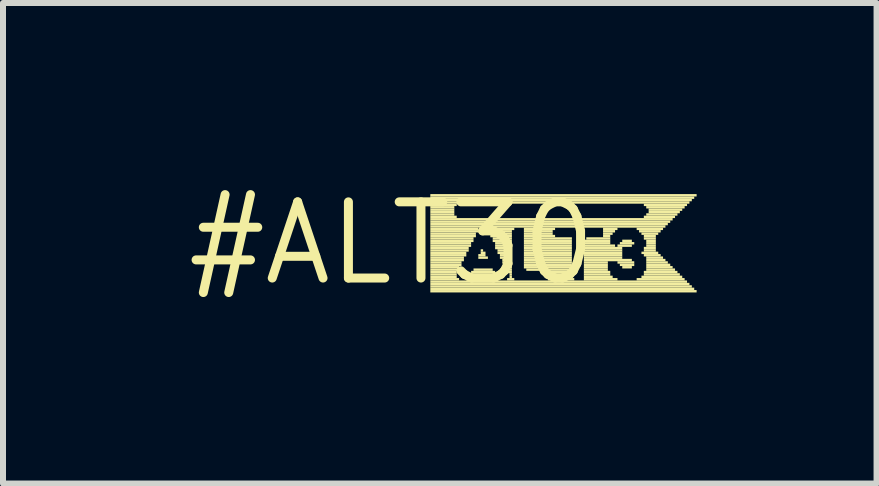
<source format=kicad_pcb>
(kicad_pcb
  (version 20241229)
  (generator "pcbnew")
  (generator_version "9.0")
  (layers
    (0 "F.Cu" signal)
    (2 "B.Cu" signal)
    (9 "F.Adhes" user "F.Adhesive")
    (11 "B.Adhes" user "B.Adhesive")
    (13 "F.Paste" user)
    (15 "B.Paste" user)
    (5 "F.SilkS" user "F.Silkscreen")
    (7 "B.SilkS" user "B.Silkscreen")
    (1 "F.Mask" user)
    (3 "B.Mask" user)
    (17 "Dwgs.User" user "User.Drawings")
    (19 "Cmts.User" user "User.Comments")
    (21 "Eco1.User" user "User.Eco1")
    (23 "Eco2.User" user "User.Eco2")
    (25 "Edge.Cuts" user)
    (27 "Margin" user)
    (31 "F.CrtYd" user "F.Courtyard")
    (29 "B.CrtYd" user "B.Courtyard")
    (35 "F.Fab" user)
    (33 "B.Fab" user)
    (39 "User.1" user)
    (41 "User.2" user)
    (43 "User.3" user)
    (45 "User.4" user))
  (footprint "#ALT30"
    (layer "F.Cu")
    (at 3.485 1.006)
    (property "Reference" "#ALT30" (at 0 0 0) (layer "F.SilkS") (effects (font (size 1.27 1.27) (thickness 0.15))))
    (fp_poly (pts (xy 0.64 -0.78) (xy 5.08 -0.78) (xy 5.08 -0.82) (xy 0.64 -0.82)) (stroke (width 0) (type default)) (fill yes) (layer "F.SilkS"))
    (fp_poly (pts (xy 0.64 -0.74) (xy 5.04 -0.74) (xy 5.04 -0.78) (xy 0.64 -0.78)) (stroke (width 0) (type default)) (fill yes) (layer "F.SilkS"))
    (fp_poly (pts (xy 0.64 -0.7) (xy 5 -0.7) (xy 5 -0.74) (xy 0.64 -0.74)) (stroke (width 0) (type default)) (fill yes) (layer "F.SilkS"))
    (fp_poly (pts (xy 0.64 -0.66) (xy 4.96 -0.66) (xy 4.96 -0.7) (xy 0.64 -0.7)) (stroke (width 0) (type default)) (fill yes) (layer "F.SilkS"))
    (fp_poly (pts (xy 0.64 -0.62) (xy 1.08 -0.62) (xy 1.08 -0.66) (xy 0.64 -0.66)) (stroke (width 0) (type default)) (fill yes) (layer "F.SilkS"))
    (fp_poly (pts (xy 0.64 -0.58) (xy 1.04 -0.58) (xy 1.04 -0.62) (xy 0.64 -0.62)) (stroke (width 0) (type default)) (fill yes) (layer "F.SilkS"))
    (fp_poly (pts (xy 0.64 -0.54) (xy 1.04 -0.54) (xy 1.04 -0.58) (xy 0.64 -0.58)) (stroke (width 0) (type default)) (fill yes) (layer "F.SilkS"))
    (fp_poly (pts (xy 0.64 -0.5) (xy 1.04 -0.5) (xy 1.04 -0.54) (xy 0.64 -0.54)) (stroke (width 0) (type default)) (fill yes) (layer "F.SilkS"))
    (fp_poly (pts (xy 0.64 -0.46) (xy 1.04 -0.46) (xy 1.04 -0.5) (xy 0.64 -0.5)) (stroke (width 0) (type default)) (fill yes) (layer "F.SilkS"))
    (fp_poly (pts (xy 0.64 -0.42) (xy 1.08 -0.42) (xy 1.08 -0.46) (xy 0.64 -0.46)) (stroke (width 0) (type default)) (fill yes) (layer "F.SilkS"))
    (fp_poly (pts (xy 0.64 -0.38) (xy 4.68 -0.38) (xy 4.68 -0.42) (xy 0.64 -0.42)) (stroke (width 0) (type default)) (fill yes) (layer "F.SilkS"))
    (fp_poly (pts (xy 0.64 -0.34) (xy 4.64 -0.34) (xy 4.64 -0.38) (xy 0.64 -0.38)) (stroke (width 0) (type default)) (fill yes) (layer "F.SilkS"))
    (fp_poly (pts (xy 0.64 -0.3) (xy 4.6 -0.3) (xy 4.6 -0.34) (xy 0.64 -0.34)) (stroke (width 0) (type default)) (fill yes) (layer "F.SilkS"))
    (fp_poly (pts (xy 0.64 -0.26) (xy 4.56 -0.26) (xy 4.56 -0.3) (xy 0.64 -0.3)) (stroke (width 0) (type default)) (fill yes) (layer "F.SilkS"))
    (fp_poly (pts (xy 0.64 -0.22) (xy 1.44 -0.22) (xy 1.44 -0.26) (xy 0.64 -0.26)) (stroke (width 0) (type default)) (fill yes) (layer "F.SilkS"))
    (fp_poly (pts (xy 0.64 -0.18) (xy 1.44 -0.18) (xy 1.44 -0.22) (xy 0.64 -0.22)) (stroke (width 0) (type default)) (fill yes) (layer "F.SilkS"))
    (fp_poly (pts (xy 0.64 -0.14) (xy 1.4 -0.14) (xy 1.4 -0.18) (xy 0.64 -0.18)) (stroke (width 0) (type default)) (fill yes) (layer "F.SilkS"))
    (fp_poly (pts (xy 0.64 -0.1) (xy 1.4 -0.1) (xy 1.4 -0.14) (xy 0.64 -0.14)) (stroke (width 0) (type default)) (fill yes) (layer "F.SilkS"))
    (fp_poly (pts (xy 0.64 -0.06) (xy 1.36 -0.06) (xy 1.36 -0.1) (xy 0.64 -0.1)) (stroke (width 0) (type default)) (fill yes) (layer "F.SilkS"))
    (fp_poly (pts (xy 0.64 -0.02) (xy 1.36 -0.02) (xy 1.36 -0.06) (xy 0.64 -0.06)) (stroke (width 0) (type default)) (fill yes) (layer "F.SilkS"))
    (fp_poly (pts (xy 0.64 0.02) (xy 1.32 0.02) (xy 1.32 -0.02) (xy 0.64 -0.02)) (stroke (width 0) (type default)) (fill yes) (layer "F.SilkS"))
    (fp_poly (pts (xy 0.64 0.06) (xy 1.32 0.06) (xy 1.32 0.02) (xy 0.64 0.02)) (stroke (width 0) (type default)) (fill yes) (layer "F.SilkS"))
    (fp_poly (pts (xy 0.64 0.1) (xy 1.28 0.1) (xy 1.28 0.06) (xy 0.64 0.06)) (stroke (width 0) (type default)) (fill yes) (layer "F.SilkS"))
    (fp_poly (pts (xy 0.64 0.14) (xy 1.28 0.14) (xy 1.28 0.1) (xy 0.64 0.1)) (stroke (width 0) (type default)) (fill yes) (layer "F.SilkS"))
    (fp_poly (pts (xy 0.64 0.18) (xy 1.24 0.18) (xy 1.24 0.14) (xy 0.64 0.14)) (stroke (width 0) (type default)) (fill yes) (layer "F.SilkS"))
    (fp_poly (pts (xy 0.64 0.22) (xy 1.24 0.22) (xy 1.24 0.18) (xy 0.64 0.18)) (stroke (width 0) (type default)) (fill yes) (layer "F.SilkS"))
    (fp_poly (pts (xy 0.64 0.26) (xy 1.2 0.26) (xy 1.2 0.22) (xy 0.64 0.22)) (stroke (width 0) (type default)) (fill yes) (layer "F.SilkS"))
    (fp_poly (pts (xy 0.64 0.3) (xy 1.2 0.3) (xy 1.2 0.26) (xy 0.64 0.26)) (stroke (width 0) (type default)) (fill yes) (layer "F.SilkS"))
    (fp_poly (pts (xy 0.64 0.34) (xy 1.16 0.34) (xy 1.16 0.3) (xy 0.64 0.3)) (stroke (width 0) (type default)) (fill yes) (layer "F.SilkS"))
    (fp_poly (pts (xy 0.64 0.38) (xy 1.16 0.38) (xy 1.16 0.34) (xy 0.64 0.34)) (stroke (width 0) (type default)) (fill yes) (layer "F.SilkS"))
    (fp_poly (pts (xy 0.64 0.42) (xy 1.12 0.42) (xy 1.12 0.38) (xy 0.64 0.38)) (stroke (width 0) (type default)) (fill yes) (layer "F.SilkS"))
    (fp_poly (pts (xy 0.64 0.46) (xy 1.12 0.46) (xy 1.12 0.42) (xy 0.64 0.42)) (stroke (width 0) (type default)) (fill yes) (layer "F.SilkS"))
    (fp_poly (pts (xy 0.64 0.5) (xy 1.08 0.5) (xy 1.08 0.46) (xy 0.64 0.46)) (stroke (width 0) (type default)) (fill yes) (layer "F.SilkS"))
    (fp_poly (pts (xy 0.64 0.54) (xy 1.08 0.54) (xy 1.08 0.5) (xy 0.64 0.5)) (stroke (width 0) (type default)) (fill yes) (layer "F.SilkS"))
    (fp_poly (pts (xy 0.64 0.58) (xy 1.08 0.58) (xy 1.08 0.54) (xy 0.64 0.54)) (stroke (width 0) (type default)) (fill yes) (layer "F.SilkS"))
    (fp_poly (pts (xy 0.64 0.62) (xy 1.12 0.62) (xy 1.12 0.58) (xy 0.64 0.58)) (stroke (width 0) (type default)) (fill yes) (layer "F.SilkS"))
    (fp_poly (pts (xy 0.64 0.66) (xy 4.92 0.66) (xy 4.92 0.62) (xy 0.64 0.62)) (stroke (width 0) (type default)) (fill yes) (layer "F.SilkS"))
    (fp_poly (pts (xy 0.64 0.7) (xy 4.96 0.7) (xy 4.96 0.66) (xy 0.64 0.66)) (stroke (width 0) (type default)) (fill yes) (layer "F.SilkS"))
    (fp_poly (pts (xy 0.64 0.74) (xy 5 0.74) (xy 5 0.7) (xy 0.64 0.7)) (stroke (width 0) (type default)) (fill yes) (layer "F.SilkS"))
    (fp_poly (pts (xy 0.64 0.78) (xy 5.04 0.78) (xy 5.04 0.74) (xy 0.64 0.74)) (stroke (width 0) (type default)) (fill yes) (layer "F.SilkS"))
    (fp_poly (pts (xy 0.64 0.82) (xy 5.08 0.82) (xy 5.08 0.78) (xy 0.64 0.78)) (stroke (width 0) (type default)) (fill yes) (layer "F.SilkS"))
    (fp_poly (pts (xy 1.24 0.62) (xy 1.76 0.62) (xy 1.76 0.58) (xy 1.24 0.58)) (stroke (width 0) (type default)) (fill yes) (layer "F.SilkS"))
    (fp_poly (pts (xy 1.28 0.58) (xy 1.76 0.58) (xy 1.76 0.54) (xy 1.28 0.54)) (stroke (width 0) (type default)) (fill yes) (layer "F.SilkS"))
    (fp_poly (pts (xy 1.32 0.5) (xy 1.72 0.5) (xy 1.72 0.46) (xy 1.32 0.46)) (stroke (width 0) (type default)) (fill yes) (layer "F.SilkS"))
    (fp_poly (pts (xy 1.32 0.54) (xy 1.72 0.54) (xy 1.72 0.5) (xy 1.32 0.5)) (stroke (width 0) (type default)) (fill yes) (layer "F.SilkS"))
    (fp_poly (pts (xy 1.36 0.46) (xy 1.68 0.46) (xy 1.68 0.42) (xy 1.36 0.42)) (stroke (width 0) (type default)) (fill yes) (layer "F.SilkS"))
    (fp_poly (pts (xy 1.44 0.22) (xy 1.56 0.22) (xy 1.56 0.18) (xy 1.44 0.18)) (stroke (width 0) (type default)) (fill yes) (layer "F.SilkS"))
    (fp_poly (pts (xy 1.44 0.26) (xy 1.6 0.26) (xy 1.6 0.22) (xy 1.44 0.22)) (stroke (width 0) (type default)) (fill yes) (layer "F.SilkS"))
    (fp_poly (pts (xy 1.48 0.14) (xy 1.52 0.14) (xy 1.52 0.1) (xy 1.48 0.1)) (stroke (width 0) (type default)) (fill yes) (layer "F.SilkS"))
    (fp_poly (pts (xy 1.48 0.18) (xy 1.56 0.18) (xy 1.56 0.14) (xy 1.48 0.14)) (stroke (width 0) (type default)) (fill yes) (layer "F.SilkS"))
    (fp_poly (pts (xy 1.56 -0.22) (xy 2.04 -0.22) (xy 2.04 -0.26) (xy 1.56 -0.26)) (stroke (width 0) (type default)) (fill yes) (layer "F.SilkS"))
    (fp_poly (pts (xy 1.6 -0.18) (xy 2 -0.18) (xy 2 -0.22) (xy 1.6 -0.22)) (stroke (width 0) (type default)) (fill yes) (layer "F.SilkS"))
    (fp_poly (pts (xy 1.64 -0.14) (xy 2 -0.14) (xy 2 -0.18) (xy 1.64 -0.18)) (stroke (width 0) (type default)) (fill yes) (layer "F.SilkS"))
    (fp_poly (pts (xy 1.64 -0.1) (xy 2 -0.1) (xy 2 -0.14) (xy 1.64 -0.14)) (stroke (width 0) (type default)) (fill yes) (layer "F.SilkS"))
    (fp_poly (pts (xy 1.68 -0.06) (xy 2 -0.06) (xy 2 -0.1) (xy 1.68 -0.1)) (stroke (width 0) (type default)) (fill yes) (layer "F.SilkS"))
    (fp_poly (pts (xy 1.68 -0.02) (xy 2 -0.02) (xy 2 -0.06) (xy 1.68 -0.06)) (stroke (width 0) (type default)) (fill yes) (layer "F.SilkS"))
    (fp_poly (pts (xy 1.72 0.02) (xy 2 0.02) (xy 2 -0.02) (xy 1.72 -0.02)) (stroke (width 0) (type default)) (fill yes) (layer "F.SilkS"))
    (fp_poly (pts (xy 1.72 0.06) (xy 2 0.06) (xy 2 0.02) (xy 1.72 0.02)) (stroke (width 0) (type default)) (fill yes) (layer "F.SilkS"))
    (fp_poly (pts (xy 1.72 0.1) (xy 2 0.1) (xy 2 0.06) (xy 1.72 0.06)) (stroke (width 0) (type default)) (fill yes) (layer "F.SilkS"))
    (fp_poly (pts (xy 1.76 0.14) (xy 2 0.14) (xy 2 0.1) (xy 1.76 0.1)) (stroke (width 0) (type default)) (fill yes) (layer "F.SilkS"))
    (fp_poly (pts (xy 1.76 0.18) (xy 2 0.18) (xy 2 0.14) (xy 1.76 0.14)) (stroke (width 0) (type default)) (fill yes) (layer "F.SilkS"))
    (fp_poly (pts (xy 1.8 0.22) (xy 2 0.22) (xy 2 0.18) (xy 1.8 0.18)) (stroke (width 0) (type default)) (fill yes) (layer "F.SilkS"))
    (fp_poly (pts (xy 1.8 0.26) (xy 2 0.26) (xy 2 0.22) (xy 1.8 0.22)) (stroke (width 0) (type default)) (fill yes) (layer "F.SilkS"))
    (fp_poly (pts (xy 1.84 0.3) (xy 2 0.3) (xy 2 0.26) (xy 1.84 0.26)) (stroke (width 0) (type default)) (fill yes) (layer "F.SilkS"))
    (fp_poly (pts (xy 1.84 0.34) (xy 2 0.34) (xy 2 0.3) (xy 1.84 0.3)) (stroke (width 0) (type default)) (fill yes) (layer "F.SilkS"))
    (fp_poly (pts (xy 1.88 0.38) (xy 2 0.38) (xy 2 0.34) (xy 1.88 0.34)) (stroke (width 0) (type default)) (fill yes) (layer "F.SilkS"))
    (fp_poly (pts (xy 1.88 0.42) (xy 2 0.42) (xy 2 0.38) (xy 1.88 0.38)) (stroke (width 0) (type default)) (fill yes) (layer "F.SilkS"))
    (fp_poly (pts (xy 1.92 0.46) (xy 2 0.46) (xy 2 0.42) (xy 1.92 0.42)) (stroke (width 0) (type default)) (fill yes) (layer "F.SilkS"))
    (fp_poly (pts (xy 1.92 0.5) (xy 2 0.5) (xy 2 0.46) (xy 1.92 0.46)) (stroke (width 0) (type default)) (fill yes) (layer "F.SilkS"))
    (fp_poly (pts (xy 1.92 0.62) (xy 2.04 0.62) (xy 2.04 0.58) (xy 1.92 0.58)) (stroke (width 0) (type default)) (fill yes) (layer "F.SilkS"))
    (fp_poly (pts (xy 1.96 0.54) (xy 2 0.54) (xy 2 0.5) (xy 1.96 0.5)) (stroke (width 0) (type default)) (fill yes) (layer "F.SilkS"))
    (fp_poly (pts (xy 1.96 0.58) (xy 2 0.58) (xy 2 0.54) (xy 1.96 0.54)) (stroke (width 0) (type default)) (fill yes) (layer "F.SilkS"))
    (fp_poly (pts (xy 2.2 -0.22) (xy 2.72 -0.22) (xy 2.72 -0.26) (xy 2.2 -0.26)) (stroke (width 0) (type default)) (fill yes) (layer "F.SilkS"))
    (fp_poly (pts (xy 2.2 -0.18) (xy 2.68 -0.18) (xy 2.68 -0.22) (xy 2.2 -0.22)) (stroke (width 0) (type default)) (fill yes) (layer "F.SilkS"))
    (fp_poly (pts (xy 2.2 -0.14) (xy 2.68 -0.14) (xy 2.68 -0.18) (xy 2.2 -0.18)) (stroke (width 0) (type default)) (fill yes) (layer "F.SilkS"))
    (fp_poly (pts (xy 2.2 -0.1) (xy 2.72 -0.1) (xy 2.72 -0.14) (xy 2.2 -0.14)) (stroke (width 0) (type default)) (fill yes) (layer "F.SilkS"))
    (fp_poly (pts (xy 2.2 -0.06) (xy 3 -0.06) (xy 3 -0.1) (xy 2.2 -0.1)) (stroke (width 0) (type default)) (fill yes) (layer "F.SilkS"))
    (fp_poly (pts (xy 2.2 -0.02) (xy 3 -0.02) (xy 3 -0.06) (xy 2.2 -0.06)) (stroke (width 0) (type default)) (fill yes) (layer "F.SilkS"))
    (fp_poly (pts (xy 2.2 0.02) (xy 3 0.02) (xy 3 -0.02) (xy 2.2 -0.02)) (stroke (width 0) (type default)) (fill yes) (layer "F.SilkS"))
    (fp_poly (pts (xy 2.2 0.06) (xy 3 0.06) (xy 3 0.02) (xy 2.2 0.02)) (stroke (width 0) (type default)) (fill yes) (layer "F.SilkS"))
    (fp_poly (pts (xy 2.2 0.1) (xy 3 0.1) (xy 3 0.06) (xy 2.2 0.06)) (stroke (width 0) (type default)) (fill yes) (layer "F.SilkS"))
    (fp_poly (pts (xy 2.2 0.14) (xy 3 0.14) (xy 3 0.1) (xy 2.2 0.1)) (stroke (width 0) (type default)) (fill yes) (layer "F.SilkS"))
    (fp_poly (pts (xy 2.2 0.18) (xy 3 0.18) (xy 3 0.14) (xy 2.2 0.14)) (stroke (width 0) (type default)) (fill yes) (layer "F.SilkS"))
    (fp_poly (pts (xy 2.2 0.22) (xy 3 0.22) (xy 3 0.18) (xy 2.2 0.18)) (stroke (width 0) (type default)) (fill yes) (layer "F.SilkS"))
    (fp_poly (pts (xy 2.2 0.26) (xy 3 0.26) (xy 3 0.22) (xy 2.2 0.22)) (stroke (width 0) (type default)) (fill yes) (layer "F.SilkS"))
    (fp_poly (pts (xy 2.2 0.3) (xy 3 0.3) (xy 3 0.26) (xy 2.2 0.26)) (stroke (width 0) (type default)) (fill yes) (layer "F.SilkS"))
    (fp_poly (pts (xy 2.2 0.34) (xy 3 0.34) (xy 3 0.3) (xy 2.2 0.3)) (stroke (width 0) (type default)) (fill yes) (layer "F.SilkS"))
    (fp_poly (pts (xy 2.2 0.38) (xy 3 0.38) (xy 3 0.34) (xy 2.2 0.34)) (stroke (width 0) (type default)) (fill yes) (layer "F.SilkS"))
    (fp_poly (pts (xy 2.2 0.42) (xy 3 0.42) (xy 3 0.38) (xy 2.2 0.38)) (stroke (width 0) (type default)) (fill yes) (layer "F.SilkS"))
    (fp_poly (pts (xy 2.24 0.46) (xy 3 0.46) (xy 3 0.42) (xy 2.24 0.42)) (stroke (width 0) (type default)) (fill yes) (layer "F.SilkS"))
    (fp_poly (pts (xy 2.6 0.62) (xy 3.04 0.62) (xy 3.04 0.58) (xy 2.6 0.58)) (stroke (width 0) (type default)) (fill yes) (layer "F.SilkS"))
    (fp_poly (pts (xy 2.64 0.5) (xy 3 0.5) (xy 3 0.46) (xy 2.64 0.46)) (stroke (width 0) (type default)) (fill yes) (layer "F.SilkS"))
    (fp_poly (pts (xy 2.64 0.54) (xy 3 0.54) (xy 3 0.5) (xy 2.64 0.5)) (stroke (width 0) (type default)) (fill yes) (layer "F.SilkS"))
    (fp_poly (pts (xy 2.64 0.58) (xy 3 0.58) (xy 3 0.54) (xy 2.64 0.54)) (stroke (width 0) (type default)) (fill yes) (layer "F.SilkS"))
    (fp_poly (pts (xy 3.2 -0.02) (xy 3.64 -0.02) (xy 3.64 -0.06) (xy 3.2 -0.06)) (stroke (width 0) (type default)) (fill yes) (layer "F.SilkS"))
    (fp_poly (pts (xy 3.2 0.02) (xy 3.64 0.02) (xy 3.64 -0.02) (xy 3.2 -0.02)) (stroke (width 0) (type default)) (fill yes) (layer "F.SilkS"))
    (fp_poly (pts (xy 3.2 0.06) (xy 3.72 0.06) (xy 3.72 0.02) (xy 3.2 0.02)) (stroke (width 0) (type default)) (fill yes) (layer "F.SilkS"))
    (fp_poly (pts (xy 3.2 0.1) (xy 3.84 0.1) (xy 3.84 0.06) (xy 3.2 0.06)) (stroke (width 0) (type default)) (fill yes) (layer "F.SilkS"))
    (fp_poly (pts (xy 3.2 0.14) (xy 3.84 0.14) (xy 3.84 0.1) (xy 3.2 0.1)) (stroke (width 0) (type default)) (fill yes) (layer "F.SilkS"))
    (fp_poly (pts (xy 3.2 0.18) (xy 3.84 0.18) (xy 3.84 0.14) (xy 3.2 0.14)) (stroke (width 0) (type default)) (fill yes) (layer "F.SilkS"))
    (fp_poly (pts (xy 3.2 0.22) (xy 3.84 0.22) (xy 3.84 0.18) (xy 3.2 0.18)) (stroke (width 0) (type default)) (fill yes) (layer "F.SilkS"))
    (fp_poly (pts (xy 3.2 0.26) (xy 3.84 0.26) (xy 3.84 0.22) (xy 3.2 0.22)) (stroke (width 0) (type default)) (fill yes) (layer "F.SilkS"))
    (fp_poly (pts (xy 3.2 0.3) (xy 4 0.3) (xy 4 0.26) (xy 3.2 0.26)) (stroke (width 0) (type default)) (fill yes) (layer "F.SilkS"))
    (fp_poly (pts (xy 3.2 0.34) (xy 3.6 0.34) (xy 3.6 0.3) (xy 3.2 0.3)) (stroke (width 0) (type default)) (fill yes) (layer "F.SilkS"))
    (fp_poly (pts (xy 3.2 0.38) (xy 3.6 0.38) (xy 3.6 0.34) (xy 3.2 0.34)) (stroke (width 0) (type default)) (fill yes) (layer "F.SilkS"))
    (fp_poly (pts (xy 3.2 0.42) (xy 3.6 0.42) (xy 3.6 0.38) (xy 3.2 0.38)) (stroke (width 0) (type default)) (fill yes) (layer "F.SilkS"))
    (fp_poly (pts (xy 3.2 0.46) (xy 3.6 0.46) (xy 3.6 0.42) (xy 3.2 0.42)) (stroke (width 0) (type default)) (fill yes) (layer "F.SilkS"))
    (fp_poly (pts (xy 3.2 0.5) (xy 3.64 0.5) (xy 3.64 0.46) (xy 3.2 0.46)) (stroke (width 0) (type default)) (fill yes) (layer "F.SilkS"))
    (fp_poly (pts (xy 3.2 0.54) (xy 3.64 0.54) (xy 3.64 0.5) (xy 3.2 0.5)) (stroke (width 0) (type default)) (fill yes) (layer "F.SilkS"))
    (fp_poly (pts (xy 3.2 0.58) (xy 3.68 0.58) (xy 3.68 0.54) (xy 3.2 0.54)) (stroke (width 0) (type default)) (fill yes) (layer "F.SilkS"))
    (fp_poly (pts (xy 3.2 0.62) (xy 3.76 0.62) (xy 3.76 0.58) (xy 3.2 0.58)) (stroke (width 0) (type default)) (fill yes) (layer "F.SilkS"))
    (fp_poly (pts (xy 3.24 -0.06) (xy 3.64 -0.06) (xy 3.64 -0.1) (xy 3.24 -0.1)) (stroke (width 0) (type default)) (fill yes) (layer "F.SilkS"))
    (fp_poly (pts (xy 3.52 -0.22) (xy 3.76 -0.22) (xy 3.76 -0.26) (xy 3.52 -0.26)) (stroke (width 0) (type default)) (fill yes) (layer "F.SilkS"))
    (fp_poly (pts (xy 3.52 -0.18) (xy 3.72 -0.18) (xy 3.72 -0.22) (xy 3.52 -0.22)) (stroke (width 0) (type default)) (fill yes) (layer "F.SilkS"))
    (fp_poly (pts (xy 3.52 -0.14) (xy 3.68 -0.14) (xy 3.68 -0.18) (xy 3.52 -0.18)) (stroke (width 0) (type default)) (fill yes) (layer "F.SilkS"))
    (fp_poly (pts (xy 3.52 -0.1) (xy 3.64 -0.1) (xy 3.64 -0.14) (xy 3.52 -0.14)) (stroke (width 0) (type default)) (fill yes) (layer "F.SilkS"))
    (fp_poly (pts (xy 3.76 0.06) (xy 4 0.06) (xy 4 0.02) (xy 3.76 0.02)) (stroke (width 0) (type default)) (fill yes) (layer "F.SilkS"))
    (fp_poly (pts (xy 3.76 0.34) (xy 4.04 0.34) (xy 4.04 0.3) (xy 3.76 0.3)) (stroke (width 0) (type default)) (fill yes) (layer "F.SilkS"))
    (fp_poly (pts (xy 3.8 0.02) (xy 4.04 0.02) (xy 4.04 -0.02) (xy 3.8 -0.02)) (stroke (width 0) (type default)) (fill yes) (layer "F.SilkS"))
    (fp_poly (pts (xy 3.8 0.38) (xy 4.04 0.38) (xy 4.04 0.34) (xy 3.8 0.34)) (stroke (width 0) (type default)) (fill yes) (layer "F.SilkS"))
    (fp_poly (pts (xy 3.84 -0.02) (xy 4 -0.02) (xy 4 -0.06) (xy 3.84 -0.06)) (stroke (width 0) (type default)) (fill yes) (layer "F.SilkS"))
    (fp_poly (pts (xy 3.84 0.42) (xy 4 0.42) (xy 4 0.38) (xy 3.84 0.38)) (stroke (width 0) (type default)) (fill yes) (layer "F.SilkS"))
    (fp_poly (pts (xy 4.08 -0.22) (xy 4.52 -0.22) (xy 4.52 -0.26) (xy 4.08 -0.26)) (stroke (width 0) (type default)) (fill yes) (layer "F.SilkS"))
    (fp_poly (pts (xy 4.08 0.62) (xy 4.88 0.62) (xy 4.88 0.58) (xy 4.08 0.58)) (stroke (width 0) (type default)) (fill yes) (layer "F.SilkS"))
    (fp_poly (pts (xy 4.12 -0.18) (xy 4.48 -0.18) (xy 4.48 -0.22) (xy 4.12 -0.22)) (stroke (width 0) (type default)) (fill yes) (layer "F.SilkS"))
    (fp_poly (pts (xy 4.16 -0.14) (xy 4.44 -0.14) (xy 4.44 -0.18) (xy 4.16 -0.18)) (stroke (width 0) (type default)) (fill yes) (layer "F.SilkS"))
    (fp_poly (pts (xy 4.16 0.18) (xy 4.44 0.18) (xy 4.44 0.14) (xy 4.16 0.14)) (stroke (width 0) (type default)) (fill yes) (layer "F.SilkS"))
    (fp_poly (pts (xy 4.16 0.58) (xy 4.84 0.58) (xy 4.84 0.54) (xy 4.16 0.54)) (stroke (width 0) (type default)) (fill yes) (layer "F.SilkS"))
    (fp_poly (pts (xy 4.2 -0.62) (xy 4.92 -0.62) (xy 4.92 -0.66) (xy 4.2 -0.66)) (stroke (width 0) (type default)) (fill yes) (layer "F.SilkS"))
    (fp_poly (pts (xy 4.2 -0.42) (xy 4.72 -0.42) (xy 4.72 -0.46) (xy 4.2 -0.46)) (stroke (width 0) (type default)) (fill yes) (layer "F.SilkS"))
    (fp_poly (pts (xy 4.2 -0.1) (xy 4.4 -0.1) (xy 4.4 -0.14) (xy 4.2 -0.14)) (stroke (width 0) (type default)) (fill yes) (layer "F.SilkS"))
    (fp_poly (pts (xy 4.2 -0.06) (xy 4.4 -0.06) (xy 4.4 -0.1) (xy 4.2 -0.1)) (stroke (width 0) (type default)) (fill yes) (layer "F.SilkS"))
    (fp_poly (pts (xy 4.2 0.1) (xy 4.4 0.1) (xy 4.4 0.06) (xy 4.2 0.06)) (stroke (width 0) (type default)) (fill yes) (layer "F.SilkS"))
    (fp_poly (pts (xy 4.2 0.14) (xy 4.4 0.14) (xy 4.4 0.1) (xy 4.2 0.1)) (stroke (width 0) (type default)) (fill yes) (layer "F.SilkS"))
    (fp_poly (pts (xy 4.2 0.22) (xy 4.48 0.22) (xy 4.48 0.18) (xy 4.2 0.18)) (stroke (width 0) (type default)) (fill yes) (layer "F.SilkS"))
    (fp_poly (pts (xy 4.2 0.5) (xy 4.76 0.5) (xy 4.76 0.46) (xy 4.2 0.46)) (stroke (width 0) (type default)) (fill yes) (layer "F.SilkS"))
    (fp_poly (pts (xy 4.2 0.54) (xy 4.8 0.54) (xy 4.8 0.5) (xy 4.2 0.5)) (stroke (width 0) (type default)) (fill yes) (layer "F.SilkS"))
    (fp_poly (pts (xy 4.24 -0.58) (xy 4.88 -0.58) (xy 4.88 -0.62) (xy 4.24 -0.62)) (stroke (width 0) (type default)) (fill yes) (layer "F.SilkS"))
    (fp_poly (pts (xy 4.24 -0.46) (xy 4.76 -0.46) (xy 4.76 -0.5) (xy 4.24 -0.5)) (stroke (width 0) (type default)) (fill yes) (layer "F.SilkS"))
    (fp_poly (pts (xy 4.24 -0.02) (xy 4.4 -0.02) (xy 4.4 -0.06) (xy 4.24 -0.06)) (stroke (width 0) (type default)) (fill yes) (layer "F.SilkS"))
    (fp_poly (pts (xy 4.24 0.02) (xy 4.4 0.02) (xy 4.4 -0.02) (xy 4.24 -0.02)) (stroke (width 0) (type default)) (fill yes) (layer "F.SilkS"))
    (fp_poly (pts (xy 4.24 0.06) (xy 4.4 0.06) (xy 4.4 0.02) (xy 4.24 0.02)) (stroke (width 0) (type default)) (fill yes) (layer "F.SilkS"))
    (fp_poly (pts (xy 4.24 0.26) (xy 4.52 0.26) (xy 4.52 0.22) (xy 4.24 0.22)) (stroke (width 0) (type default)) (fill yes) (layer "F.SilkS"))
    (fp_poly (pts (xy 4.24 0.3) (xy 4.56 0.3) (xy 4.56 0.26) (xy 4.24 0.26)) (stroke (width 0) (type default)) (fill yes) (layer "F.SilkS"))
    (fp_poly (pts (xy 4.24 0.34) (xy 4.6 0.34) (xy 4.6 0.3) (xy 4.24 0.3)) (stroke (width 0) (type default)) (fill yes) (layer "F.SilkS"))
    (fp_poly (pts (xy 4.24 0.38) (xy 4.64 0.38) (xy 4.64 0.34) (xy 4.24 0.34)) (stroke (width 0) (type default)) (fill yes) (layer "F.SilkS"))
    (fp_poly (pts (xy 4.24 0.42) (xy 4.68 0.42) (xy 4.68 0.38) (xy 4.24 0.38)) (stroke (width 0) (type default)) (fill yes) (layer "F.SilkS"))
    (fp_poly (pts (xy 4.24 0.46) (xy 4.72 0.46) (xy 4.72 0.42) (xy 4.24 0.42)) (stroke (width 0) (type default)) (fill yes) (layer "F.SilkS"))
    (fp_poly (pts (xy 4.28 -0.54) (xy 4.84 -0.54) (xy 4.84 -0.58) (xy 4.28 -0.58)) (stroke (width 0) (type default)) (fill yes) (layer "F.SilkS"))
    (fp_poly (pts (xy 4.28 -0.5) (xy 4.8 -0.5) (xy 4.8 -0.54) (xy 4.28 -0.54)) (stroke (width 0) (type default)) (fill yes) (layer "F.SilkS")))
  (gr_rect
    (start -3 -3)
    (end 11.565 5.012)
    (stroke (width 0.1) (type default))
    (fill no)
    (layer "Edge.Cuts")))
</source>
